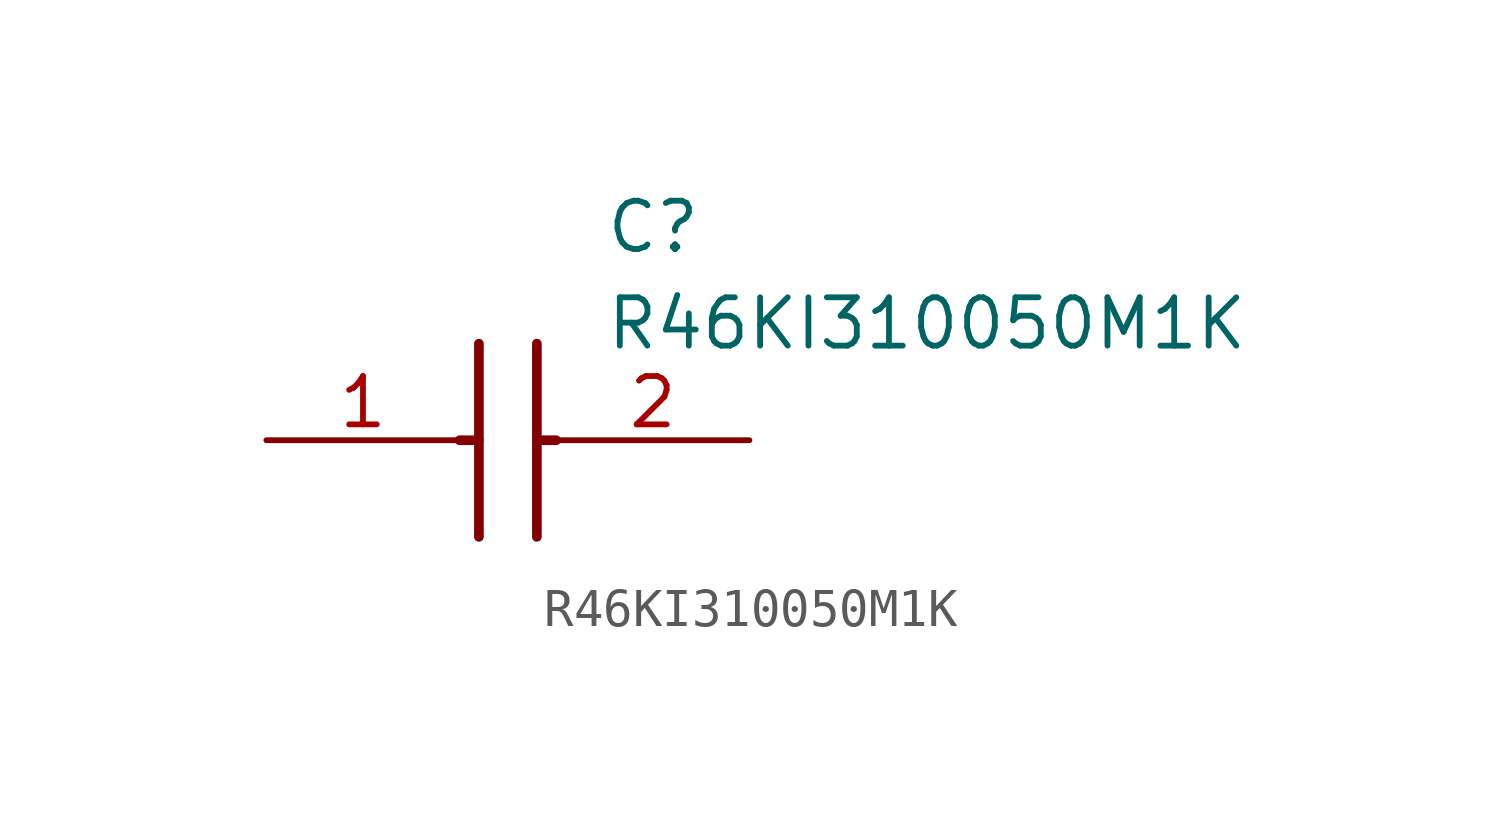
<source format=kicad_sym>
(kicad_symbol_lib
  (version 20211014)
  (generator SamacSys_ECAD_Model)
  (symbol "R46KI310050M1K"
    (pin_names hide)
    (property "Reference" "C"
      (at 8.89 6.35 0)
      (effects (font (size 1.27 1.27)) (justify left top)))
    (property "Value" "R46KI310050M1K"
      (at 8.89 3.81 0)
      (effects (font (size 1.27 1.27)) (justify left top)))
    (polyline
      (pts (xy 5.588 2.54) (xy 5.588 -2.54))
      (stroke (width 0.254) (type default))
      (fill (type none)))
    (polyline
      (pts (xy 7.112 2.54) (xy 7.112 -2.54))
      (stroke (width 0.254) (type default))
      (fill (type none)))
    (polyline
      (pts (xy 5.08 0) (xy 5.588 0))
      (stroke (width 0.254) (type default))
      (fill (type none)))
    (polyline
      (pts (xy 7.112 0) (xy 7.62 0))
      (stroke (width 0.254) (type default))
      (fill (type none)))
    (pin passive line
      (at 0 0 0)
      (length 5.08)
      (name "1" (effects (font (size 1.27 1.27))))
      (number "1" (effects (font (size 1.27 1.27)))))
    (pin passive line
      (at 12.7 0 180)
      (length 5.08)
      (name "2" (effects (font (size 1.27 1.27))))
      (number "2" (effects (font (size 1.27 1.27)))))))
</source>
